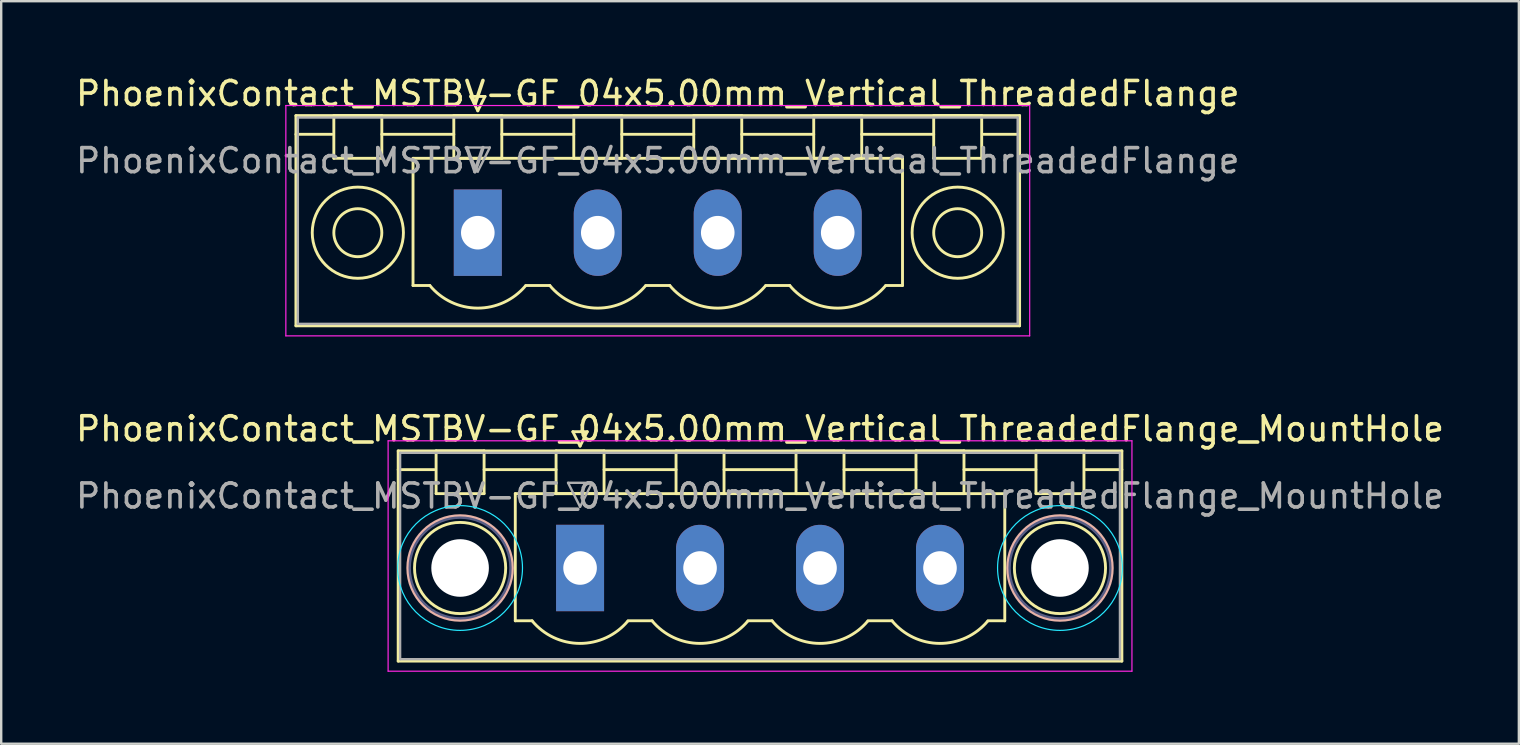
<source format=kicad_pcb>
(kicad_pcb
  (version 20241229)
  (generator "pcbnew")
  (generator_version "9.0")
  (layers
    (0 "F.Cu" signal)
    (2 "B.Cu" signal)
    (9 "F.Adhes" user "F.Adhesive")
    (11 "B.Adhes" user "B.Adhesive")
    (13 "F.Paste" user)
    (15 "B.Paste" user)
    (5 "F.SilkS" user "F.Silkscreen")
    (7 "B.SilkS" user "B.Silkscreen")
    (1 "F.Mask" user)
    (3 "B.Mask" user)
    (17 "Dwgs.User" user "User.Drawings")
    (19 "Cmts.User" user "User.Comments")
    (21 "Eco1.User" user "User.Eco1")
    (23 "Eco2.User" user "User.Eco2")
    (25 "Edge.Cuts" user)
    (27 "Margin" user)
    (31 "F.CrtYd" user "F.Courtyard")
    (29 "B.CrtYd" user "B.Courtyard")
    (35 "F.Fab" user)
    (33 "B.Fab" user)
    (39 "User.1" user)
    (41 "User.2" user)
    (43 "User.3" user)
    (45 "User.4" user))
  (footprint "PhoenixContact_MSTBV-GF_04x5.00mm_Vertical_ThreadedFlange_MountHole"
    (layer "F.Cu")
    (at 21.125 20.622)
    (property "Reference" "PhoenixContact_MSTBV-GF_04x5.00mm_Vertical_ThreadedFlange_MountHole" (at 7.5 -5.8 0) (layer "F.SilkS") (effects (font (size 1 1) (thickness 0.15))))
    (attr through_hole)
    (fp_line (start -7.58 -4.88) (end -7.58 3.88) (stroke (width 0.12) (type solid)) (layer "F.SilkS"))
    (fp_line (start -7.58 -4.1) (end -6.08 -4.1) (stroke (width 0.12) (type solid)) (layer "F.SilkS"))
    (fp_line (start -7.58 3.88) (end 22.58 3.88) (stroke (width 0.12) (type solid)) (layer "F.SilkS"))
    (fp_line (start -6 -4.88) (end -4 -4.88) (stroke (width 0.12) (type solid)) (layer "F.SilkS"))
    (fp_line (start -6 -3.1) (end -6 -4.88) (stroke (width 0.12) (type solid)) (layer "F.SilkS"))
    (fp_line (start -4 -4.88) (end -4 -3.1) (stroke (width 0.12) (type solid)) (layer "F.SilkS"))
    (fp_line (start -4 -4.1) (end -1 -4.1) (stroke (width 0.12) (type solid)) (layer "F.SilkS"))
    (fp_line (start -4 -3.1) (end -6 -3.1) (stroke (width 0.12) (type solid)) (layer "F.SilkS"))
    (fp_line (start -2.7 -3.1) (end 17.7 -3.1) (stroke (width 0.12) (type solid)) (layer "F.SilkS"))
    (fp_line (start -2.7 2.2) (end -2.7 -3.1) (stroke (width 0.12) (type solid)) (layer "F.SilkS"))
    (fp_line (start -2 2.2) (end -2.7 2.2) (stroke (width 0.12) (type solid)) (layer "F.SilkS"))
    (fp_line (start -1 -4.88) (end 1 -4.88) (stroke (width 0.12) (type solid)) (layer "F.SilkS"))
    (fp_line (start -1 -3.1) (end -1 -4.88) (stroke (width 0.12) (type solid)) (layer "F.SilkS"))
    (fp_line (start -0.3 -5.68) (end 0.3 -5.68) (stroke (width 0.12) (type solid)) (layer "F.SilkS"))
    (fp_line (start 0 -5.08) (end -0.3 -5.68) (stroke (width 0.12) (type solid)) (layer "F.SilkS"))
    (fp_line (start 0.3 -5.68) (end 0 -5.08) (stroke (width 0.12) (type solid)) (layer "F.SilkS"))
    (fp_line (start 1 -4.88) (end 1 -3.1) (stroke (width 0.12) (type solid)) (layer "F.SilkS"))
    (fp_line (start 1 -4.1) (end 4 -4.1) (stroke (width 0.12) (type solid)) (layer "F.SilkS"))
    (fp_line (start 1 -3.1) (end -1 -3.1) (stroke (width 0.12) (type solid)) (layer "F.SilkS"))
    (fp_line (start 2 2.2) (end 3 2.2) (stroke (width 0.12) (type solid)) (layer "F.SilkS"))
    (fp_line (start 4 -4.88) (end 6 -4.88) (stroke (width 0.12) (type solid)) (layer "F.SilkS"))
    (fp_line (start 4 -3.1) (end 4 -4.88) (stroke (width 0.12) (type solid)) (layer "F.SilkS"))
    (fp_line (start 6 -4.88) (end 6 -3.1) (stroke (width 0.12) (type solid)) (layer "F.SilkS"))
    (fp_line (start 6 -4.1) (end 9 -4.1) (stroke (width 0.12) (type solid)) (layer "F.SilkS"))
    (fp_line (start 6 -3.1) (end 4 -3.1) (stroke (width 0.12) (type solid)) (layer "F.SilkS"))
    (fp_line (start 7 2.2) (end 8 2.2) (stroke (width 0.12) (type solid)) (layer "F.SilkS"))
    (fp_line (start 9 -4.88) (end 11 -4.88) (stroke (width 0.12) (type solid)) (layer "F.SilkS"))
    (fp_line (start 9 -3.1) (end 9 -4.88) (stroke (width 0.12) (type solid)) (layer "F.SilkS"))
    (fp_line (start 11 -4.88) (end 11 -3.1) (stroke (width 0.12) (type solid)) (layer "F.SilkS"))
    (fp_line (start 11 -4.1) (end 14 -4.1) (stroke (width 0.12) (type solid)) (layer "F.SilkS"))
    (fp_line (start 11 -3.1) (end 9 -3.1) (stroke (width 0.12) (type solid)) (layer "F.SilkS"))
    (fp_line (start 12 2.2) (end 13 2.2) (stroke (width 0.12) (type solid)) (layer "F.SilkS"))
    (fp_line (start 14 -4.88) (end 16 -4.88) (stroke (width 0.12) (type solid)) (layer "F.SilkS"))
    (fp_line (start 14 -3.1) (end 14 -4.88) (stroke (width 0.12) (type solid)) (layer "F.SilkS"))
    (fp_line (start 16 -4.88) (end 16 -3.1) (stroke (width 0.12) (type solid)) (layer "F.SilkS"))
    (fp_line (start 16 -4.1) (end 19 -4.1) (stroke (width 0.12) (type solid)) (layer "F.SilkS"))
    (fp_line (start 16 -3.1) (end 14 -3.1) (stroke (width 0.12) (type solid)) (layer "F.SilkS"))
    (fp_line (start 17.7 -3.1) (end 17.7 2.2) (stroke (width 0.12) (type solid)) (layer "F.SilkS"))
    (fp_line (start 17.7 2.2) (end 17 2.2) (stroke (width 0.12) (type solid)) (layer "F.SilkS"))
    (fp_line (start 19 -4.88) (end 21 -4.88) (stroke (width 0.12) (type solid)) (layer "F.SilkS"))
    (fp_line (start 19 -3.1) (end 19 -4.88) (stroke (width 0.12) (type solid)) (layer "F.SilkS"))
    (fp_line (start 21 -4.88) (end 21 -3.1) (stroke (width 0.12) (type solid)) (layer "F.SilkS"))
    (fp_line (start 21 -3.1) (end 19 -3.1) (stroke (width 0.12) (type solid)) (layer "F.SilkS"))
    (fp_line (start 22.58 -4.88) (end -7.58 -4.88) (stroke (width 0.12) (type solid)) (layer "F.SilkS"))
    (fp_line (start 22.58 -4.1) (end 21.08 -4.1) (stroke (width 0.12) (type solid)) (layer "F.SilkS"))
    (fp_line (start 22.58 3.88) (end 22.58 -4.88) (stroke (width 0.12) (type solid)) (layer "F.SilkS"))
    (fp_arc (start 1.986842 2.215821) (mid -0.010289 3.142758) (end -2 2.2) (stroke (width 0.12) (type solid)) (layer "F.SilkS"))
    (fp_arc (start 6.986842 2.215821) (mid 4.989711 3.142758) (end 3 2.2) (stroke (width 0.12) (type solid)) (layer "F.SilkS"))
    (fp_arc (start 11.986842 2.215821) (mid 9.989711 3.142758) (end 8 2.2) (stroke (width 0.12) (type solid)) (layer "F.SilkS"))
    (fp_arc (start 16.986842 2.215821) (mid 14.989711 3.142758) (end 13 2.2) (stroke (width 0.12) (type solid)) (layer "F.SilkS"))
    (fp_circle (center -5 0) (end -3.1 0) (stroke (width 0.12) (type solid)) (fill no) (layer "F.SilkS"))
    (fp_circle (center 20 0) (end 21.9 0) (stroke (width 0.12) (type solid)) (fill no) (layer "F.SilkS"))
    (fp_circle (center -5 0) (end -2.82 0) (stroke (width 0.12) (type solid)) (fill no) (layer "B.SilkS"))
    (fp_circle (center 20 0) (end 22.18 0) (stroke (width 0.12) (type solid)) (fill no) (layer "B.SilkS"))
    (fp_circle (center -5 0) (end -2.4 0) (stroke (width 0.05) (type solid)) (fill no) (layer "B.CrtYd"))
    (fp_circle (center 20 0) (end 22.6 0) (stroke (width 0.05) (type solid)) (fill no) (layer "B.CrtYd"))
    (fp_line (start -8 -5.3) (end -8 4.3) (stroke (width 0.05) (type solid)) (layer "F.CrtYd"))
    (fp_line (start -8 4.3) (end 23 4.3) (stroke (width 0.05) (type solid)) (layer "F.CrtYd"))
    (fp_line (start 23 -5.3) (end -8 -5.3) (stroke (width 0.05) (type solid)) (layer "F.CrtYd"))
    (fp_line (start 23 4.3) (end 23 -5.3) (stroke (width 0.05) (type solid)) (layer "F.CrtYd"))
    (fp_circle (center -5 0) (end -2.9 0) (stroke (width 0.1) (type solid)) (fill no) (layer "B.Fab"))
    (fp_circle (center 20 0) (end 22.1 0) (stroke (width 0.1) (type solid)) (fill no) (layer "B.Fab"))
    (fp_line (start -7.5 -4.8) (end -7.5 3.8) (stroke (width 0.1) (type solid)) (layer "F.Fab"))
    (fp_line (start -7.5 3.8) (end 22.5 3.8) (stroke (width 0.1) (type solid)) (layer "F.Fab"))
    (fp_line (start -0.5 -3.55) (end 0.5 -3.55) (stroke (width 0.1) (type solid)) (layer "F.Fab"))
    (fp_line (start 0 -2.55) (end -0.5 -3.55) (stroke (width 0.1) (type solid)) (layer "F.Fab"))
    (fp_line (start 0.5 -3.55) (end 0 -2.55) (stroke (width 0.1) (type solid)) (layer "F.Fab"))
    (fp_line (start 22.5 -4.8) (end -7.5 -4.8) (stroke (width 0.1) (type solid)) (layer "F.Fab"))
    (fp_line (start 22.5 3.8) (end 22.5 -4.8) (stroke (width 0.1) (type solid)) (layer "F.Fab"))
    (fp_text user "${REFERENCE}" (at 7.5 -3 0) (layer "F.Fab") (effects (font (size 1 1) (thickness 0.15))))
    (pad "" np_thru_hole circle (at -5 0) (size 2.4 2.4) (drill 2.4) (layers "*.Cu" "*.Mask"))
    (pad "" np_thru_hole circle (at 20 0) (size 2.4 2.4) (drill 2.4) (layers "*.Cu" "*.Mask"))
    (pad "1" thru_hole rect (at 0 0) (size 2 3.6) (drill 1.4) (layers "*.Cu" "*.Mask"))
    (pad "2" thru_hole oval (at 5 0) (size 2 3.6) (drill 1.4) (layers "*.Cu" "*.Mask"))
    (pad "3" thru_hole oval (at 10 0) (size 2 3.6) (drill 1.4) (layers "*.Cu" "*.Mask"))
    (pad "4" thru_hole oval (at 15 0) (size 2 3.6) (drill 1.4) (layers "*.Cu" "*.Mask")))
  (footprint "PhoenixContact_MSTBV-GF_04x5.00mm_Vertical_ThreadedFlange"
    (layer "F.Cu")
    (at 16.863 6.648)
    (property "Reference" "PhoenixContact_MSTBV-GF_04x5.00mm_Vertical_ThreadedFlange" (at 7.5 -5.8 0) (layer "F.SilkS") (effects (font (size 1 1) (thickness 0.15))))
    (attr through_hole)
    (fp_line (start -7.58 -4.88) (end -7.58 3.88) (stroke (width 0.12) (type solid)) (layer "F.SilkS"))
    (fp_line (start -7.58 -4.1) (end -6.08 -4.1) (stroke (width 0.12) (type solid)) (layer "F.SilkS"))
    (fp_line (start -7.58 3.88) (end 22.58 3.88) (stroke (width 0.12) (type solid)) (layer "F.SilkS"))
    (fp_line (start -6 -4.88) (end -4 -4.88) (stroke (width 0.12) (type solid)) (layer "F.SilkS"))
    (fp_line (start -6 -3.1) (end -6 -4.88) (stroke (width 0.12) (type solid)) (layer "F.SilkS"))
    (fp_line (start -4 -4.88) (end -4 -3.1) (stroke (width 0.12) (type solid)) (layer "F.SilkS"))
    (fp_line (start -4 -4.1) (end -1 -4.1) (stroke (width 0.12) (type solid)) (layer "F.SilkS"))
    (fp_line (start -4 -3.1) (end -6 -3.1) (stroke (width 0.12) (type solid)) (layer "F.SilkS"))
    (fp_line (start -2.7 -3.1) (end 17.7 -3.1) (stroke (width 0.12) (type solid)) (layer "F.SilkS"))
    (fp_line (start -2.7 2.2) (end -2.7 -3.1) (stroke (width 0.12) (type solid)) (layer "F.SilkS"))
    (fp_line (start -2 2.2) (end -2.7 2.2) (stroke (width 0.12) (type solid)) (layer "F.SilkS"))
    (fp_line (start -1 -4.88) (end 1 -4.88) (stroke (width 0.12) (type solid)) (layer "F.SilkS"))
    (fp_line (start -1 -3.1) (end -1 -4.88) (stroke (width 0.12) (type solid)) (layer "F.SilkS"))
    (fp_line (start -0.3 -5.68) (end 0.3 -5.68) (stroke (width 0.12) (type solid)) (layer "F.SilkS"))
    (fp_line (start 0 -5.08) (end -0.3 -5.68) (stroke (width 0.12) (type solid)) (layer "F.SilkS"))
    (fp_line (start 0.3 -5.68) (end 0 -5.08) (stroke (width 0.12) (type solid)) (layer "F.SilkS"))
    (fp_line (start 1 -4.88) (end 1 -3.1) (stroke (width 0.12) (type solid)) (layer "F.SilkS"))
    (fp_line (start 1 -4.1) (end 4 -4.1) (stroke (width 0.12) (type solid)) (layer "F.SilkS"))
    (fp_line (start 1 -3.1) (end -1 -3.1) (stroke (width 0.12) (type solid)) (layer "F.SilkS"))
    (fp_line (start 2 2.2) (end 3 2.2) (stroke (width 0.12) (type solid)) (layer "F.SilkS"))
    (fp_line (start 4 -4.88) (end 6 -4.88) (stroke (width 0.12) (type solid)) (layer "F.SilkS"))
    (fp_line (start 4 -3.1) (end 4 -4.88) (stroke (width 0.12) (type solid)) (layer "F.SilkS"))
    (fp_line (start 6 -4.88) (end 6 -3.1) (stroke (width 0.12) (type solid)) (layer "F.SilkS"))
    (fp_line (start 6 -4.1) (end 9 -4.1) (stroke (width 0.12) (type solid)) (layer "F.SilkS"))
    (fp_line (start 6 -3.1) (end 4 -3.1) (stroke (width 0.12) (type solid)) (layer "F.SilkS"))
    (fp_line (start 7 2.2) (end 8 2.2) (stroke (width 0.12) (type solid)) (layer "F.SilkS"))
    (fp_line (start 9 -4.88) (end 11 -4.88) (stroke (width 0.12) (type solid)) (layer "F.SilkS"))
    (fp_line (start 9 -3.1) (end 9 -4.88) (stroke (width 0.12) (type solid)) (layer "F.SilkS"))
    (fp_line (start 11 -4.88) (end 11 -3.1) (stroke (width 0.12) (type solid)) (layer "F.SilkS"))
    (fp_line (start 11 -4.1) (end 14 -4.1) (stroke (width 0.12) (type solid)) (layer "F.SilkS"))
    (fp_line (start 11 -3.1) (end 9 -3.1) (stroke (width 0.12) (type solid)) (layer "F.SilkS"))
    (fp_line (start 12 2.2) (end 13 2.2) (stroke (width 0.12) (type solid)) (layer "F.SilkS"))
    (fp_line (start 14 -4.88) (end 16 -4.88) (stroke (width 0.12) (type solid)) (layer "F.SilkS"))
    (fp_line (start 14 -3.1) (end 14 -4.88) (stroke (width 0.12) (type solid)) (layer "F.SilkS"))
    (fp_line (start 16 -4.88) (end 16 -3.1) (stroke (width 0.12) (type solid)) (layer "F.SilkS"))
    (fp_line (start 16 -4.1) (end 19 -4.1) (stroke (width 0.12) (type solid)) (layer "F.SilkS"))
    (fp_line (start 16 -3.1) (end 14 -3.1) (stroke (width 0.12) (type solid)) (layer "F.SilkS"))
    (fp_line (start 17.7 -3.1) (end 17.7 2.2) (stroke (width 0.12) (type solid)) (layer "F.SilkS"))
    (fp_line (start 17.7 2.2) (end 17 2.2) (stroke (width 0.12) (type solid)) (layer "F.SilkS"))
    (fp_line (start 19 -4.88) (end 21 -4.88) (stroke (width 0.12) (type solid)) (layer "F.SilkS"))
    (fp_line (start 19 -3.1) (end 19 -4.88) (stroke (width 0.12) (type solid)) (layer "F.SilkS"))
    (fp_line (start 21 -4.88) (end 21 -3.1) (stroke (width 0.12) (type solid)) (layer "F.SilkS"))
    (fp_line (start 21 -3.1) (end 19 -3.1) (stroke (width 0.12) (type solid)) (layer "F.SilkS"))
    (fp_line (start 22.58 -4.88) (end -7.58 -4.88) (stroke (width 0.12) (type solid)) (layer "F.SilkS"))
    (fp_line (start 22.58 -4.1) (end 21.08 -4.1) (stroke (width 0.12) (type solid)) (layer "F.SilkS"))
    (fp_line (start 22.58 3.88) (end 22.58 -4.88) (stroke (width 0.12) (type solid)) (layer "F.SilkS"))
    (fp_arc (start 1.986842 2.215821) (mid -0.010289 3.142758) (end -2 2.2) (stroke (width 0.12) (type solid)) (layer "F.SilkS"))
    (fp_arc (start 6.986842 2.215821) (mid 4.989711 3.142758) (end 3 2.2) (stroke (width 0.12) (type solid)) (layer "F.SilkS"))
    (fp_arc (start 11.986842 2.215821) (mid 9.989711 3.142758) (end 8 2.2) (stroke (width 0.12) (type solid)) (layer "F.SilkS"))
    (fp_arc (start 16.986842 2.215821) (mid 14.989711 3.142758) (end 13 2.2) (stroke (width 0.12) (type solid)) (layer "F.SilkS"))
    (fp_circle (center -5 0) (end -4 0) (stroke (width 0.12) (type solid)) (fill no) (layer "F.SilkS"))
    (fp_circle (center -5 0) (end -3.1 0) (stroke (width 0.12) (type solid)) (fill no) (layer "F.SilkS"))
    (fp_circle (center 20 0) (end 21 0) (stroke (width 0.12) (type solid)) (fill no) (layer "F.SilkS"))
    (fp_circle (center 20 0) (end 21.9 0) (stroke (width 0.12) (type solid)) (fill no) (layer "F.SilkS"))
    (fp_line (start -8 -5.3) (end -8 4.3) (stroke (width 0.05) (type solid)) (layer "F.CrtYd"))
    (fp_line (start -8 4.3) (end 23 4.3) (stroke (width 0.05) (type solid)) (layer "F.CrtYd"))
    (fp_line (start 23 -5.3) (end -8 -5.3) (stroke (width 0.05) (type solid)) (layer "F.CrtYd"))
    (fp_line (start 23 4.3) (end 23 -5.3) (stroke (width 0.05) (type solid)) (layer "F.CrtYd"))
    (fp_line (start -7.5 -4.8) (end -7.5 3.8) (stroke (width 0.1) (type solid)) (layer "F.Fab"))
    (fp_line (start -7.5 3.8) (end 22.5 3.8) (stroke (width 0.1) (type solid)) (layer "F.Fab"))
    (fp_line (start -0.5 -3.55) (end 0.5 -3.55) (stroke (width 0.1) (type solid)) (layer "F.Fab"))
    (fp_line (start 0 -2.55) (end -0.5 -3.55) (stroke (width 0.1) (type solid)) (layer "F.Fab"))
    (fp_line (start 0.5 -3.55) (end 0 -2.55) (stroke (width 0.1) (type solid)) (layer "F.Fab"))
    (fp_line (start 22.5 -4.8) (end -7.5 -4.8) (stroke (width 0.1) (type solid)) (layer "F.Fab"))
    (fp_line (start 22.5 3.8) (end 22.5 -4.8) (stroke (width 0.1) (type solid)) (layer "F.Fab"))
    (fp_text user "${REFERENCE}" (at 7.5 -3 0) (layer "F.Fab") (effects (font (size 1 1) (thickness 0.15))))
    (pad "1" thru_hole rect (at 0 0) (size 2 3.6) (drill 1.4) (layers "*.Cu" "*.Mask"))
    (pad "2" thru_hole oval (at 5 0) (size 2 3.6) (drill 1.4) (layers "*.Cu" "*.Mask"))
    (pad "3" thru_hole oval (at 10 0) (size 2 3.6) (drill 1.4) (layers "*.Cu" "*.Mask"))
    (pad "4" thru_hole oval (at 15 0) (size 2 3.6) (drill 1.4) (layers "*.Cu" "*.Mask")))
  (gr_rect
    (start -3 -3)
    (end 60.25 27.947)
    (stroke (width 0.1) (type default))
    (fill no)
    (layer "Edge.Cuts")))
</source>
